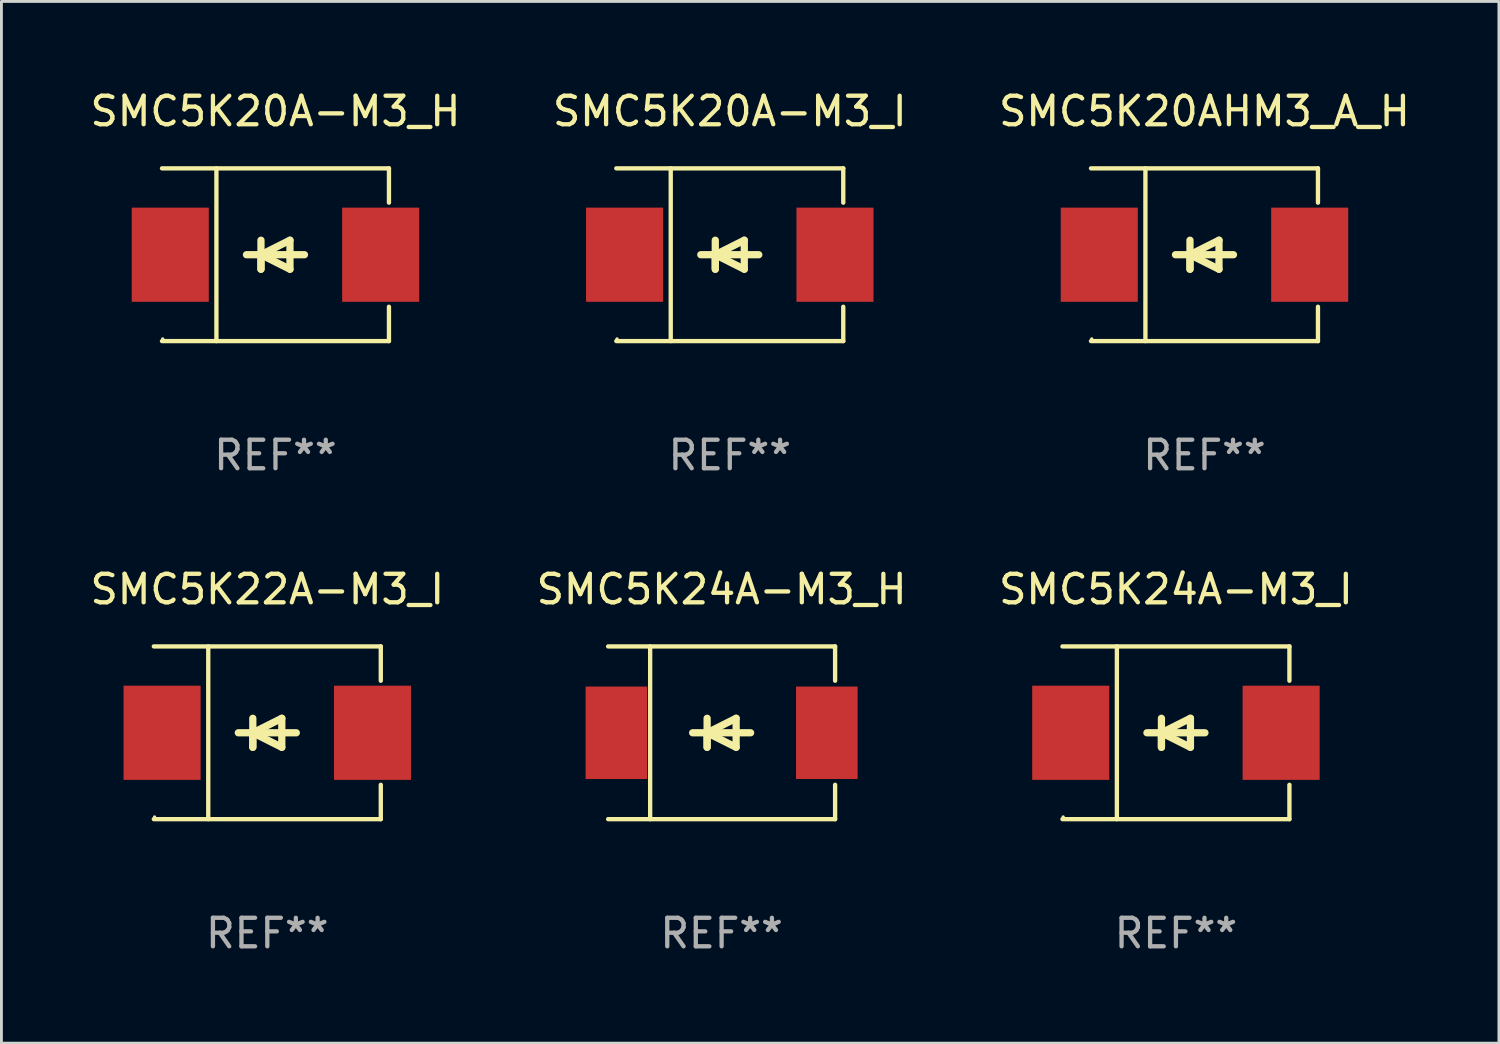
<source format=kicad_pcb>
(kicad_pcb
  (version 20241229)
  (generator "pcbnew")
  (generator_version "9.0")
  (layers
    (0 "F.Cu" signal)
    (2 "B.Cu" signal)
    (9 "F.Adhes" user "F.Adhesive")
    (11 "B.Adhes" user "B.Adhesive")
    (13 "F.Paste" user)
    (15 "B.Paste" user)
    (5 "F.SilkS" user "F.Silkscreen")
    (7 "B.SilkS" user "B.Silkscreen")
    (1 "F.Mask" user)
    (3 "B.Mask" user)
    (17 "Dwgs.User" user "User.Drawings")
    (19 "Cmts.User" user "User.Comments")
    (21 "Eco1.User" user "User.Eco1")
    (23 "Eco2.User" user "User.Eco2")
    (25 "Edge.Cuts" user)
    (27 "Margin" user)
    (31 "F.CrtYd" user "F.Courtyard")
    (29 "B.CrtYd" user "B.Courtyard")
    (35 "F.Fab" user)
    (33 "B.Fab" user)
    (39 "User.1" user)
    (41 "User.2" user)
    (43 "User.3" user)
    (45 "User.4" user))
  (footprint "SMC5K20A-M3_I"
    (layer "F.Cu")
    (at 22.518 5.874)
    (property "Reference" "SMC5K20A-M3_I" (at 0 -5.026 0) (layer "F.SilkS") (effects (font (size 1 1) (thickness 0.15))))
    (attr through_hole)
    (fp_line (start -3.976 -3.026) (end 3.976 -3.026) (stroke (width 0.152) (type solid)) (layer "F.SilkS"))
    (fp_line (start -3.976 3.026) (end 3.976 3.026) (stroke (width 0.152) (type solid)) (layer "F.SilkS"))
    (fp_line (start -2.069 -3.026) (end -2.069 3.026) (stroke (width 0.152) (type solid)) (layer "F.SilkS"))
    (fp_line (start -0.508 0) (end -0.508 0.508) (stroke (width 0.254) (type solid)) (layer "F.SilkS"))
    (fp_line (start -0.508 0) (end 0.508 0.508) (stroke (width 0.254) (type solid)) (layer "F.SilkS"))
    (fp_line (start -0.508 0.508) (end -0.508 -0.508) (stroke (width 0.254) (type solid)) (layer "F.SilkS"))
    (fp_line (start 0.508 -0.508) (end -0.508 0) (stroke (width 0.254) (type solid)) (layer "F.SilkS"))
    (fp_line (start 0.508 0.508) (end 0.508 -0.508) (stroke (width 0.254) (type solid)) (layer "F.SilkS"))
    (fp_line (start 1.016 0) (end -1.016 0) (stroke (width 0.254) (type solid)) (layer "F.SilkS"))
    (fp_line (start 3.976 -3.026) (end 3.976 -1.823) (stroke (width 0.152) (type solid)) (layer "F.SilkS"))
    (fp_line (start 3.976 3.026) (end 3.976 1.823) (stroke (width 0.152) (type solid)) (layer "F.SilkS"))
    (fp_circle (center -3.95 2.95) (end -3.92 2.95) (stroke (width 0.06) (type solid)) (fill no) (layer "F.SilkS"))
    (fp_text user "REF**" (at 0 7.026 0) (layer "F.Fab") (effects (font (size 1 1) (thickness 0.15))))
    (pad "1" smd rect (at -3.686 0) (size 2.7 3.3) (layers "F.Cu" "F.Mask" "F.Paste"))
    (pad "2" smd rect (at 3.686 0) (size 2.7 3.3) (layers "F.Cu" "F.Mask" "F.Paste")))
  (footprint "SMC5K20A-M3_H"
    (layer "F.Cu")
    (at 6.601 5.874)
    (property "Reference" "SMC5K20A-M3_H" (at 0 -5.026 0) (layer "F.SilkS") (effects (font (size 1 1) (thickness 0.15))))
    (attr through_hole)
    (fp_line (start -3.976 -3.026) (end 3.976 -3.026) (stroke (width 0.152) (type solid)) (layer "F.SilkS"))
    (fp_line (start -3.976 3.026) (end 3.976 3.026) (stroke (width 0.152) (type solid)) (layer "F.SilkS"))
    (fp_line (start -2.069 -3.026) (end -2.069 3.026) (stroke (width 0.152) (type solid)) (layer "F.SilkS"))
    (fp_line (start -0.508 0) (end -0.508 0.508) (stroke (width 0.254) (type solid)) (layer "F.SilkS"))
    (fp_line (start -0.508 0) (end 0.508 0.508) (stroke (width 0.254) (type solid)) (layer "F.SilkS"))
    (fp_line (start -0.508 0.508) (end -0.508 -0.508) (stroke (width 0.254) (type solid)) (layer "F.SilkS"))
    (fp_line (start 0.508 -0.508) (end -0.508 0) (stroke (width 0.254) (type solid)) (layer "F.SilkS"))
    (fp_line (start 0.508 0.508) (end 0.508 -0.508) (stroke (width 0.254) (type solid)) (layer "F.SilkS"))
    (fp_line (start 1.016 0) (end -1.016 0) (stroke (width 0.254) (type solid)) (layer "F.SilkS"))
    (fp_line (start 3.976 -3.026) (end 3.976 -1.823) (stroke (width 0.152) (type solid)) (layer "F.SilkS"))
    (fp_line (start 3.976 3.026) (end 3.976 1.823) (stroke (width 0.152) (type solid)) (layer "F.SilkS"))
    (fp_circle (center -3.95 2.95) (end -3.92 2.95) (stroke (width 0.06) (type solid)) (fill no) (layer "F.SilkS"))
    (fp_text user "REF**" (at 0 7.026 0) (layer "F.Fab") (effects (font (size 1 1) (thickness 0.15))))
    (pad "1" smd rect (at -3.686 0) (size 2.7 3.3) (layers "F.Cu" "F.Mask" "F.Paste"))
    (pad "2" smd rect (at 3.686 0) (size 2.7 3.3) (layers "F.Cu" "F.Mask" "F.Paste")))
  (footprint "SMC5K24A-M3_I"
    (layer "F.Cu")
    (at 38.149 22.623)
    (property "Reference" "SMC5K24A-M3_I" (at 0 -5.026 0) (layer "F.SilkS") (effects (font (size 1 1) (thickness 0.15))))
    (attr through_hole)
    (fp_line (start -3.976 -3.026) (end 3.976 -3.026) (stroke (width 0.152) (type solid)) (layer "F.SilkS"))
    (fp_line (start -3.976 3.026) (end 3.976 3.026) (stroke (width 0.152) (type solid)) (layer "F.SilkS"))
    (fp_line (start -2.069 -3.026) (end -2.069 3.026) (stroke (width 0.152) (type solid)) (layer "F.SilkS"))
    (fp_line (start -0.508 0) (end -0.508 0.508) (stroke (width 0.254) (type solid)) (layer "F.SilkS"))
    (fp_line (start -0.508 0) (end 0.508 0.508) (stroke (width 0.254) (type solid)) (layer "F.SilkS"))
    (fp_line (start -0.508 0.508) (end -0.508 -0.508) (stroke (width 0.254) (type solid)) (layer "F.SilkS"))
    (fp_line (start 0.508 -0.508) (end -0.508 0) (stroke (width 0.254) (type solid)) (layer "F.SilkS"))
    (fp_line (start 0.508 0.508) (end 0.508 -0.508) (stroke (width 0.254) (type solid)) (layer "F.SilkS"))
    (fp_line (start 1.016 0) (end -1.016 0) (stroke (width 0.254) (type solid)) (layer "F.SilkS"))
    (fp_line (start 3.976 -3.026) (end 3.976 -1.823) (stroke (width 0.152) (type solid)) (layer "F.SilkS"))
    (fp_line (start 3.976 3.026) (end 3.976 1.823) (stroke (width 0.152) (type solid)) (layer "F.SilkS"))
    (fp_circle (center -3.95 2.95) (end -3.92 2.95) (stroke (width 0.06) (type solid)) (fill no) (layer "F.SilkS"))
    (fp_text user "REF**" (at 0 7.026 0) (layer "F.Fab") (effects (font (size 1 1) (thickness 0.15))))
    (pad "1" smd rect (at -3.686 0) (size 2.7 3.3) (layers "F.Cu" "F.Mask" "F.Paste"))
    (pad "2" smd rect (at 3.686 0) (size 2.7 3.3) (layers "F.Cu" "F.Mask" "F.Paste")))
  (footprint "SMC5K22A-M3_I"
    (layer "F.Cu")
    (at 6.315 22.623)
    (property "Reference" "SMC5K22A-M3_I" (at 0 -5.026 0) (layer "F.SilkS") (effects (font (size 1 1) (thickness 0.15))))
    (attr through_hole)
    (fp_line (start -3.976 -3.026) (end 3.976 -3.026) (stroke (width 0.152) (type solid)) (layer "F.SilkS"))
    (fp_line (start -3.976 3.026) (end 3.976 3.026) (stroke (width 0.152) (type solid)) (layer "F.SilkS"))
    (fp_line (start -2.069 -3.026) (end -2.069 3.026) (stroke (width 0.152) (type solid)) (layer "F.SilkS"))
    (fp_line (start -0.508 0) (end -0.508 0.508) (stroke (width 0.254) (type solid)) (layer "F.SilkS"))
    (fp_line (start -0.508 0) (end 0.508 0.508) (stroke (width 0.254) (type solid)) (layer "F.SilkS"))
    (fp_line (start -0.508 0.508) (end -0.508 -0.508) (stroke (width 0.254) (type solid)) (layer "F.SilkS"))
    (fp_line (start 0.508 -0.508) (end -0.508 0) (stroke (width 0.254) (type solid)) (layer "F.SilkS"))
    (fp_line (start 0.508 0.508) (end 0.508 -0.508) (stroke (width 0.254) (type solid)) (layer "F.SilkS"))
    (fp_line (start 1.016 0) (end -1.016 0) (stroke (width 0.254) (type solid)) (layer "F.SilkS"))
    (fp_line (start 3.976 -3.026) (end 3.976 -1.823) (stroke (width 0.152) (type solid)) (layer "F.SilkS"))
    (fp_line (start 3.976 3.026) (end 3.976 1.823) (stroke (width 0.152) (type solid)) (layer "F.SilkS"))
    (fp_circle (center -3.95 2.95) (end -3.92 2.95) (stroke (width 0.06) (type solid)) (fill no) (layer "F.SilkS"))
    (fp_text user "REF**" (at 0 7.026 0) (layer "F.Fab") (effects (font (size 1 1) (thickness 0.15))))
    (pad "1" smd rect (at -3.686 0) (size 2.7 3.3) (layers "F.Cu" "F.Mask" "F.Paste"))
    (pad "2" smd rect (at 3.686 0) (size 2.7 3.3) (layers "F.Cu" "F.Mask" "F.Paste")))
  (footprint "SMC5K20AHM3_A_H"
    (layer "F.Cu")
    (at 39.149 5.874)
    (property "Reference" "SMC5K20AHM3_A_H" (at 0 -5.026 0) (layer "F.SilkS") (effects (font (size 1 1) (thickness 0.15))))
    (attr through_hole)
    (fp_line (start -3.976 -3.026) (end 3.976 -3.026) (stroke (width 0.152) (type solid)) (layer "F.SilkS"))
    (fp_line (start -3.976 3.026) (end 3.976 3.026) (stroke (width 0.152) (type solid)) (layer "F.SilkS"))
    (fp_line (start -2.069 -3.026) (end -2.069 3.026) (stroke (width 0.152) (type solid)) (layer "F.SilkS"))
    (fp_line (start -0.508 0) (end -0.508 0.508) (stroke (width 0.254) (type solid)) (layer "F.SilkS"))
    (fp_line (start -0.508 0) (end 0.508 0.508) (stroke (width 0.254) (type solid)) (layer "F.SilkS"))
    (fp_line (start -0.508 0.508) (end -0.508 -0.508) (stroke (width 0.254) (type solid)) (layer "F.SilkS"))
    (fp_line (start 0.508 -0.508) (end -0.508 0) (stroke (width 0.254) (type solid)) (layer "F.SilkS"))
    (fp_line (start 0.508 0.508) (end 0.508 -0.508) (stroke (width 0.254) (type solid)) (layer "F.SilkS"))
    (fp_line (start 1.016 0) (end -1.016 0) (stroke (width 0.254) (type solid)) (layer "F.SilkS"))
    (fp_line (start 3.976 -3.026) (end 3.976 -1.823) (stroke (width 0.152) (type solid)) (layer "F.SilkS"))
    (fp_line (start 3.976 3.026) (end 3.976 1.823) (stroke (width 0.152) (type solid)) (layer "F.SilkS"))
    (fp_circle (center -3.95 2.95) (end -3.92 2.95) (stroke (width 0.06) (type solid)) (fill no) (layer "F.SilkS"))
    (fp_text user "REF**" (at 0 7.026 0) (layer "F.Fab") (effects (font (size 1 1) (thickness 0.15))))
    (pad "1" smd rect (at -3.686 0) (size 2.7 3.3) (layers "F.Cu" "F.Mask" "F.Paste"))
    (pad "2" smd rect (at 3.686 0) (size 2.7 3.3) (layers "F.Cu" "F.Mask" "F.Paste")))
  (footprint "SMC5K24A-M3_H"
    (layer "F.Cu")
    (at 22.232 22.623)
    (property "Reference" "SMC5K24A-M3_H" (at 0 -5.026 0) (layer "F.SilkS") (effects (font (size 1 1) (thickness 0.15))))
    (attr through_hole)
    (fp_line (start -3.976 -3.026) (end 3.976 -3.026) (stroke (width 0.152) (type solid)) (layer "F.SilkS"))
    (fp_line (start -3.976 3.026) (end 3.976 3.026) (stroke (width 0.152) (type solid)) (layer "F.SilkS"))
    (fp_line (start -2.504 -3.026) (end -2.504 3.026) (stroke (width 0.152) (type solid)) (layer "F.SilkS"))
    (fp_line (start -0.508 0) (end -0.508 0.508) (stroke (width 0.254) (type solid)) (layer "F.SilkS"))
    (fp_line (start -0.508 0) (end 0.508 0.508) (stroke (width 0.254) (type solid)) (layer "F.SilkS"))
    (fp_line (start -0.508 0.508) (end -0.508 -0.508) (stroke (width 0.254) (type solid)) (layer "F.SilkS"))
    (fp_line (start 0.508 -0.508) (end -0.508 0) (stroke (width 0.254) (type solid)) (layer "F.SilkS"))
    (fp_line (start 0.508 0.508) (end 0.508 -0.508) (stroke (width 0.254) (type solid)) (layer "F.SilkS"))
    (fp_line (start 1.016 0) (end -1.016 0) (stroke (width 0.254) (type solid)) (layer "F.SilkS"))
    (fp_line (start 3.976 -3.026) (end 3.976 -1.823) (stroke (width 0.152) (type solid)) (layer "F.SilkS"))
    (fp_line (start 3.976 3.026) (end 3.976 1.823) (stroke (width 0.152) (type solid)) (layer "F.SilkS"))
    (fp_circle (center 3.95 -2.95) (end 3.98 -2.95) (stroke (width 0.06) (type solid)) (fill no) (layer "F.SilkS"))
    (fp_text user "REF**" (at 0 7.026 0) (layer "F.Fab") (effects (font (size 1 1) (thickness 0.15))))
    (pad "1" smd rect (at 3.686 0 180) (size 2.158 3.24) (layers "F.Cu" "F.Mask" "F.Paste"))
    (pad "2" smd rect (at -3.686 0 180) (size 2.158 3.24) (layers "F.Cu" "F.Mask" "F.Paste")))
  (gr_rect
    (start -3 -3)
    (end 49.464 33.498)
    (stroke (width 0.1) (type default))
    (fill no)
    (layer "Edge.Cuts")))
</source>
